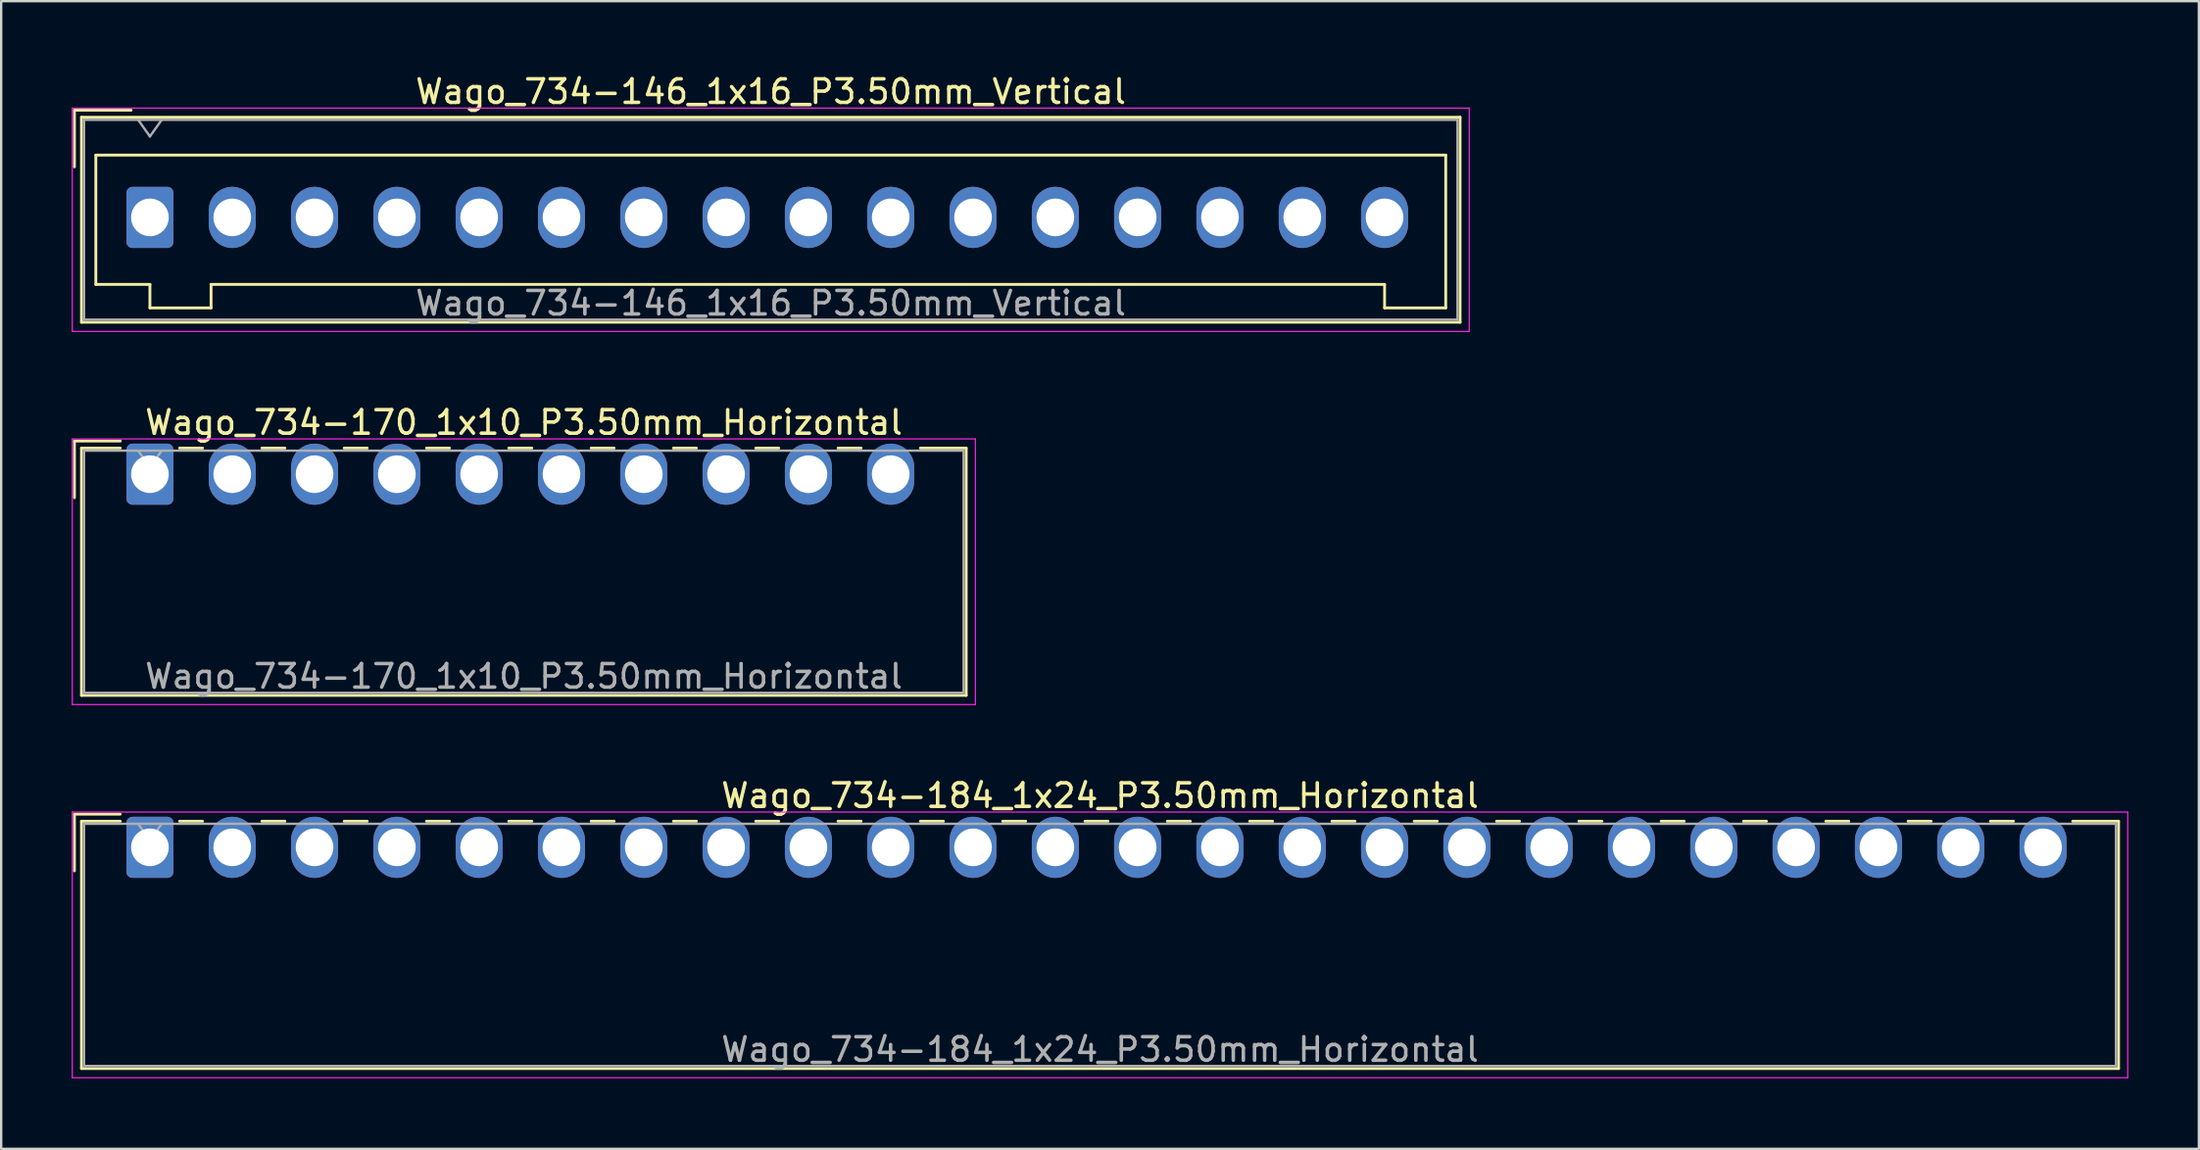
<source format=kicad_pcb>
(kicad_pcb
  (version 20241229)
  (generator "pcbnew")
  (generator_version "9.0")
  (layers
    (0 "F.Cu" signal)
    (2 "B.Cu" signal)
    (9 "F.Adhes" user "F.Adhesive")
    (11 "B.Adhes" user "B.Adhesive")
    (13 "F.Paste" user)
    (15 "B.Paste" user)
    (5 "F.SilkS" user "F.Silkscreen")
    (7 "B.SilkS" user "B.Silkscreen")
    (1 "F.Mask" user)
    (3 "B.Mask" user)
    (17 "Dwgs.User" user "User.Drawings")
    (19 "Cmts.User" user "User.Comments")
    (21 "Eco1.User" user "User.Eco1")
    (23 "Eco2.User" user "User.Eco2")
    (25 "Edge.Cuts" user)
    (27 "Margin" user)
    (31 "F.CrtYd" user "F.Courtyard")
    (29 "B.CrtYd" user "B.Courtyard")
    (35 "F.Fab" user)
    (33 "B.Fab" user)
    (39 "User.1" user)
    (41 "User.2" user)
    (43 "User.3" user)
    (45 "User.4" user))
  (footprint "Wago_734-146_1x16_P3.50mm_Vertical"
    (layer "F.Cu")
    (at 3.325 6.198)
    (property "Reference" "Wago_734-146_1x16_P3.50mm_Vertical" (at 26.4 -5.35 0) (layer "F.SilkS") (effects (font (size 1 1) (thickness 0.15))))
    (attr through_hole)
    (fp_line (start -3.21 -4.56) (end -0.8 -4.56) (stroke (width 0.12) (type solid)) (layer "F.SilkS"))
    (fp_line (start -3.21 -2.15) (end -3.21 -4.56) (stroke (width 0.12) (type solid)) (layer "F.SilkS"))
    (fp_line (start -2.91 -4.26) (end -2.91 4.46) (stroke (width 0.12) (type solid)) (layer "F.SilkS"))
    (fp_line (start -2.91 4.46) (end 55.71 4.46) (stroke (width 0.12) (type solid)) (layer "F.SilkS"))
    (fp_line (start -2.3 -2.65) (end -2.3 2.85) (stroke (width 0.12) (type solid)) (layer "F.SilkS"))
    (fp_line (start -2.3 2.85) (end 0 2.85) (stroke (width 0.12) (type solid)) (layer "F.SilkS"))
    (fp_line (start 0 2.85) (end 0 3.85) (stroke (width 0.12) (type solid)) (layer "F.SilkS"))
    (fp_line (start 0 3.85) (end 2.6 3.85) (stroke (width 0.12) (type solid)) (layer "F.SilkS"))
    (fp_line (start 2.6 2.85) (end 52.5 2.85) (stroke (width 0.12) (type solid)) (layer "F.SilkS"))
    (fp_line (start 2.6 3.85) (end 2.6 2.85) (stroke (width 0.12) (type solid)) (layer "F.SilkS"))
    (fp_line (start 52.5 2.85) (end 52.5 3.85) (stroke (width 0.12) (type solid)) (layer "F.SilkS"))
    (fp_line (start 52.5 3.85) (end 55.1 3.85) (stroke (width 0.12) (type solid)) (layer "F.SilkS"))
    (fp_line (start 55.1 -2.65) (end -2.3 -2.65) (stroke (width 0.12) (type solid)) (layer "F.SilkS"))
    (fp_line (start 55.1 3.85) (end 55.1 -2.65) (stroke (width 0.12) (type solid)) (layer "F.SilkS"))
    (fp_line (start 55.71 -4.26) (end -2.91 -4.26) (stroke (width 0.12) (type solid)) (layer "F.SilkS"))
    (fp_line (start 55.71 4.46) (end 55.71 -4.26) (stroke (width 0.12) (type solid)) (layer "F.SilkS"))
    (fp_line (start -3.3 -4.65) (end -3.3 4.85) (stroke (width 0.05) (type solid)) (layer "F.CrtYd"))
    (fp_line (start -3.3 4.85) (end 56.1 4.85) (stroke (width 0.05) (type solid)) (layer "F.CrtYd"))
    (fp_line (start 56.1 -4.65) (end -3.3 -4.65) (stroke (width 0.05) (type solid)) (layer "F.CrtYd"))
    (fp_line (start 56.1 4.85) (end 56.1 -4.65) (stroke (width 0.05) (type solid)) (layer "F.CrtYd"))
    (fp_line (start -2.8 -4.15) (end -2.8 4.35) (stroke (width 0.1) (type solid)) (layer "F.Fab"))
    (fp_line (start -2.8 4.35) (end 55.6 4.35) (stroke (width 0.1) (type solid)) (layer "F.Fab"))
    (fp_line (start -0.5 -4.15) (end 0 -3.443) (stroke (width 0.1) (type solid)) (layer "F.Fab"))
    (fp_line (start 0 -3.443) (end 0.5 -4.15) (stroke (width 0.1) (type solid)) (layer "F.Fab"))
    (fp_line (start 55.6 -4.15) (end -2.8 -4.15) (stroke (width 0.1) (type solid)) (layer "F.Fab"))
    (fp_line (start 55.6 4.35) (end 55.6 -4.15) (stroke (width 0.1) (type solid)) (layer "F.Fab"))
    (fp_text user "${REFERENCE}" (at 26.4 3.65 0) (layer "F.Fab") (effects (font (size 1 1) (thickness 0.15))))
    (pad "1" thru_hole roundrect (at 0 0) (size 2 2.6) (drill 1.6) (layers "*.Cu" "*.Mask") (roundrect_rratio 0.125))
    (pad "2" thru_hole oval (at 3.5 0) (size 2 2.6) (drill 1.6) (layers "*.Cu" "*.Mask"))
    (pad "3" thru_hole oval (at 7 0) (size 2 2.6) (drill 1.6) (layers "*.Cu" "*.Mask"))
    (pad "4" thru_hole oval (at 10.5 0) (size 2 2.6) (drill 1.6) (layers "*.Cu" "*.Mask"))
    (pad "5" thru_hole oval (at 14 0) (size 2 2.6) (drill 1.6) (layers "*.Cu" "*.Mask"))
    (pad "6" thru_hole oval (at 17.5 0) (size 2 2.6) (drill 1.6) (layers "*.Cu" "*.Mask"))
    (pad "7" thru_hole oval (at 21 0) (size 2 2.6) (drill 1.6) (layers "*.Cu" "*.Mask"))
    (pad "8" thru_hole oval (at 24.5 0) (size 2 2.6) (drill 1.6) (layers "*.Cu" "*.Mask"))
    (pad "9" thru_hole oval (at 28 0) (size 2 2.6) (drill 1.6) (layers "*.Cu" "*.Mask"))
    (pad "10" thru_hole oval (at 31.5 0) (size 2 2.6) (drill 1.6) (layers "*.Cu" "*.Mask"))
    (pad "11" thru_hole oval (at 35 0) (size 2 2.6) (drill 1.6) (layers "*.Cu" "*.Mask"))
    (pad "12" thru_hole oval (at 38.5 0) (size 2 2.6) (drill 1.6) (layers "*.Cu" "*.Mask"))
    (pad "13" thru_hole oval (at 42 0) (size 2 2.6) (drill 1.6) (layers "*.Cu" "*.Mask"))
    (pad "14" thru_hole oval (at 45.5 0) (size 2 2.6) (drill 1.6) (layers "*.Cu" "*.Mask"))
    (pad "15" thru_hole oval (at 49 0) (size 2 2.6) (drill 1.6) (layers "*.Cu" "*.Mask"))
    (pad "16" thru_hole oval (at 52.5 0) (size 2 2.6) (drill 1.6) (layers "*.Cu" "*.Mask")))
  (footprint "Wago_734-170_1x10_P3.50mm_Horizontal"
    (layer "F.Cu")
    (at 3.325 17.122)
    (property "Reference" "Wago_734-170_1x10_P3.50mm_Horizontal" (at 15.9 -2.2 0) (layer "F.SilkS") (effects (font (size 1 1) (thickness 0.15))))
    (attr through_hole)
    (fp_line (start -3.21 -1.41) (end -1.26 -1.41) (stroke (width 0.12) (type solid)) (layer "F.SilkS"))
    (fp_line (start -3.21 1) (end -3.21 -1.41) (stroke (width 0.12) (type solid)) (layer "F.SilkS"))
    (fp_line (start -2.91 -1.11) (end -2.91 9.41) (stroke (width 0.12) (type solid)) (layer "F.SilkS"))
    (fp_line (start -2.91 9.41) (end 34.71 9.41) (stroke (width 0.12) (type solid)) (layer "F.SilkS"))
    (fp_line (start -1.26 -1.11) (end -2.91 -1.11) (stroke (width 0.12) (type solid)) (layer "F.SilkS"))
    (fp_line (start 1.26 -1.11) (end 2.24 -1.11) (stroke (width 0.12) (type solid)) (layer "F.SilkS"))
    (fp_line (start 4.76 -1.11) (end 5.74 -1.11) (stroke (width 0.12) (type solid)) (layer "F.SilkS"))
    (fp_line (start 8.26 -1.11) (end 9.24 -1.11) (stroke (width 0.12) (type solid)) (layer "F.SilkS"))
    (fp_line (start 11.76 -1.11) (end 12.74 -1.11) (stroke (width 0.12) (type solid)) (layer "F.SilkS"))
    (fp_line (start 15.26 -1.11) (end 16.24 -1.11) (stroke (width 0.12) (type solid)) (layer "F.SilkS"))
    (fp_line (start 18.76 -1.11) (end 19.74 -1.11) (stroke (width 0.12) (type solid)) (layer "F.SilkS"))
    (fp_line (start 22.26 -1.11) (end 23.24 -1.11) (stroke (width 0.12) (type solid)) (layer "F.SilkS"))
    (fp_line (start 25.76 -1.11) (end 26.74 -1.11) (stroke (width 0.12) (type solid)) (layer "F.SilkS"))
    (fp_line (start 29.26 -1.11) (end 30.24 -1.11) (stroke (width 0.12) (type solid)) (layer "F.SilkS"))
    (fp_line (start 34.71 -1.11) (end 32.76 -1.11) (stroke (width 0.12) (type solid)) (layer "F.SilkS"))
    (fp_line (start 34.71 9.41) (end 34.71 -1.11) (stroke (width 0.12) (type solid)) (layer "F.SilkS"))
    (fp_line (start -3.3 -1.5) (end -3.3 9.8) (stroke (width 0.05) (type solid)) (layer "F.CrtYd"))
    (fp_line (start -3.3 9.8) (end 35.1 9.8) (stroke (width 0.05) (type solid)) (layer "F.CrtYd"))
    (fp_line (start 35.1 -1.5) (end -3.3 -1.5) (stroke (width 0.05) (type solid)) (layer "F.CrtYd"))
    (fp_line (start 35.1 9.8) (end 35.1 -1.5) (stroke (width 0.05) (type solid)) (layer "F.CrtYd"))
    (fp_line (start -2.8 -1) (end -2.8 9.3) (stroke (width 0.1) (type solid)) (layer "F.Fab"))
    (fp_line (start -2.8 9.3) (end 34.6 9.3) (stroke (width 0.1) (type solid)) (layer "F.Fab"))
    (fp_line (start -0.5 -1) (end 0 -0.293) (stroke (width 0.1) (type solid)) (layer "F.Fab"))
    (fp_line (start 0 -0.293) (end 0.5 -1) (stroke (width 0.1) (type solid)) (layer "F.Fab"))
    (fp_line (start 34.6 -1) (end -2.8 -1) (stroke (width 0.1) (type solid)) (layer "F.Fab"))
    (fp_line (start 34.6 9.3) (end 34.6 -1) (stroke (width 0.1) (type solid)) (layer "F.Fab"))
    (fp_text user "${REFERENCE}" (at 15.9 8.6 0) (layer "F.Fab") (effects (font (size 1 1) (thickness 0.15))))
    (pad "1" thru_hole roundrect (at 0 0) (size 2 2.6) (drill 1.6) (layers "*.Cu" "*.Mask") (roundrect_rratio 0.125))
    (pad "2" thru_hole oval (at 3.5 0) (size 2 2.6) (drill 1.6) (layers "*.Cu" "*.Mask"))
    (pad "3" thru_hole oval (at 7 0) (size 2 2.6) (drill 1.6) (layers "*.Cu" "*.Mask"))
    (pad "4" thru_hole oval (at 10.5 0) (size 2 2.6) (drill 1.6) (layers "*.Cu" "*.Mask"))
    (pad "5" thru_hole oval (at 14 0) (size 2 2.6) (drill 1.6) (layers "*.Cu" "*.Mask"))
    (pad "6" thru_hole oval (at 17.5 0) (size 2 2.6) (drill 1.6) (layers "*.Cu" "*.Mask"))
    (pad "7" thru_hole oval (at 21 0) (size 2 2.6) (drill 1.6) (layers "*.Cu" "*.Mask"))
    (pad "8" thru_hole oval (at 24.5 0) (size 2 2.6) (drill 1.6) (layers "*.Cu" "*.Mask"))
    (pad "9" thru_hole oval (at 28 0) (size 2 2.6) (drill 1.6) (layers "*.Cu" "*.Mask"))
    (pad "10" thru_hole oval (at 31.5 0) (size 2 2.6) (drill 1.6) (layers "*.Cu" "*.Mask")))
  (footprint "Wago_734-184_1x24_P3.50mm_Horizontal"
    (layer "F.Cu")
    (at 3.325 32.995)
    (property "Reference" "Wago_734-184_1x24_P3.50mm_Horizontal" (at 40.4 -2.2 0) (layer "F.SilkS") (effects (font (size 1 1) (thickness 0.15))))
    (attr through_hole)
    (fp_line (start -3.21 -1.41) (end -1.26 -1.41) (stroke (width 0.12) (type solid)) (layer "F.SilkS"))
    (fp_line (start -3.21 1) (end -3.21 -1.41) (stroke (width 0.12) (type solid)) (layer "F.SilkS"))
    (fp_line (start -2.91 -1.11) (end -2.91 9.41) (stroke (width 0.12) (type solid)) (layer "F.SilkS"))
    (fp_line (start -2.91 9.41) (end 83.71 9.41) (stroke (width 0.12) (type solid)) (layer "F.SilkS"))
    (fp_line (start -1.26 -1.11) (end -2.91 -1.11) (stroke (width 0.12) (type solid)) (layer "F.SilkS"))
    (fp_line (start 1.26 -1.11) (end 2.24 -1.11) (stroke (width 0.12) (type solid)) (layer "F.SilkS"))
    (fp_line (start 4.76 -1.11) (end 5.74 -1.11) (stroke (width 0.12) (type solid)) (layer "F.SilkS"))
    (fp_line (start 8.26 -1.11) (end 9.24 -1.11) (stroke (width 0.12) (type solid)) (layer "F.SilkS"))
    (fp_line (start 11.76 -1.11) (end 12.74 -1.11) (stroke (width 0.12) (type solid)) (layer "F.SilkS"))
    (fp_line (start 15.26 -1.11) (end 16.24 -1.11) (stroke (width 0.12) (type solid)) (layer "F.SilkS"))
    (fp_line (start 18.76 -1.11) (end 19.74 -1.11) (stroke (width 0.12) (type solid)) (layer "F.SilkS"))
    (fp_line (start 22.26 -1.11) (end 23.24 -1.11) (stroke (width 0.12) (type solid)) (layer "F.SilkS"))
    (fp_line (start 25.76 -1.11) (end 26.74 -1.11) (stroke (width 0.12) (type solid)) (layer "F.SilkS"))
    (fp_line (start 29.26 -1.11) (end 30.24 -1.11) (stroke (width 0.12) (type solid)) (layer "F.SilkS"))
    (fp_line (start 32.76 -1.11) (end 33.74 -1.11) (stroke (width 0.12) (type solid)) (layer "F.SilkS"))
    (fp_line (start 36.26 -1.11) (end 37.24 -1.11) (stroke (width 0.12) (type solid)) (layer "F.SilkS"))
    (fp_line (start 39.76 -1.11) (end 40.74 -1.11) (stroke (width 0.12) (type solid)) (layer "F.SilkS"))
    (fp_line (start 43.26 -1.11) (end 44.24 -1.11) (stroke (width 0.12) (type solid)) (layer "F.SilkS"))
    (fp_line (start 46.76 -1.11) (end 47.74 -1.11) (stroke (width 0.12) (type solid)) (layer "F.SilkS"))
    (fp_line (start 50.26 -1.11) (end 51.24 -1.11) (stroke (width 0.12) (type solid)) (layer "F.SilkS"))
    (fp_line (start 53.76 -1.11) (end 54.74 -1.11) (stroke (width 0.12) (type solid)) (layer "F.SilkS"))
    (fp_line (start 57.26 -1.11) (end 58.24 -1.11) (stroke (width 0.12) (type solid)) (layer "F.SilkS"))
    (fp_line (start 60.76 -1.11) (end 61.74 -1.11) (stroke (width 0.12) (type solid)) (layer "F.SilkS"))
    (fp_line (start 64.26 -1.11) (end 65.24 -1.11) (stroke (width 0.12) (type solid)) (layer "F.SilkS"))
    (fp_line (start 67.76 -1.11) (end 68.74 -1.11) (stroke (width 0.12) (type solid)) (layer "F.SilkS"))
    (fp_line (start 71.26 -1.11) (end 72.24 -1.11) (stroke (width 0.12) (type solid)) (layer "F.SilkS"))
    (fp_line (start 74.76 -1.11) (end 75.74 -1.11) (stroke (width 0.12) (type solid)) (layer "F.SilkS"))
    (fp_line (start 78.26 -1.11) (end 79.24 -1.11) (stroke (width 0.12) (type solid)) (layer "F.SilkS"))
    (fp_line (start 83.71 -1.11) (end 81.76 -1.11) (stroke (width 0.12) (type solid)) (layer "F.SilkS"))
    (fp_line (start 83.71 9.41) (end 83.71 -1.11) (stroke (width 0.12) (type solid)) (layer "F.SilkS"))
    (fp_line (start -3.3 -1.5) (end -3.3 9.8) (stroke (width 0.05) (type solid)) (layer "F.CrtYd"))
    (fp_line (start -3.3 9.8) (end 84.1 9.8) (stroke (width 0.05) (type solid)) (layer "F.CrtYd"))
    (fp_line (start 84.1 -1.5) (end -3.3 -1.5) (stroke (width 0.05) (type solid)) (layer "F.CrtYd"))
    (fp_line (start 84.1 9.8) (end 84.1 -1.5) (stroke (width 0.05) (type solid)) (layer "F.CrtYd"))
    (fp_line (start -2.8 -1) (end -2.8 9.3) (stroke (width 0.1) (type solid)) (layer "F.Fab"))
    (fp_line (start -2.8 9.3) (end 83.6 9.3) (stroke (width 0.1) (type solid)) (layer "F.Fab"))
    (fp_line (start -0.5 -1) (end 0 -0.293) (stroke (width 0.1) (type solid)) (layer "F.Fab"))
    (fp_line (start 0 -0.293) (end 0.5 -1) (stroke (width 0.1) (type solid)) (layer "F.Fab"))
    (fp_line (start 83.6 -1) (end -2.8 -1) (stroke (width 0.1) (type solid)) (layer "F.Fab"))
    (fp_line (start 83.6 9.3) (end 83.6 -1) (stroke (width 0.1) (type solid)) (layer "F.Fab"))
    (fp_text user "${REFERENCE}" (at 40.4 8.6 0) (layer "F.Fab") (effects (font (size 1 1) (thickness 0.15))))
    (pad "1" thru_hole roundrect (at 0 0) (size 2 2.6) (drill 1.6) (layers "*.Cu" "*.Mask") (roundrect_rratio 0.125))
    (pad "2" thru_hole oval (at 3.5 0) (size 2 2.6) (drill 1.6) (layers "*.Cu" "*.Mask"))
    (pad "3" thru_hole oval (at 7 0) (size 2 2.6) (drill 1.6) (layers "*.Cu" "*.Mask"))
    (pad "4" thru_hole oval (at 10.5 0) (size 2 2.6) (drill 1.6) (layers "*.Cu" "*.Mask"))
    (pad "5" thru_hole oval (at 14 0) (size 2 2.6) (drill 1.6) (layers "*.Cu" "*.Mask"))
    (pad "6" thru_hole oval (at 17.5 0) (size 2 2.6) (drill 1.6) (layers "*.Cu" "*.Mask"))
    (pad "7" thru_hole oval (at 21 0) (size 2 2.6) (drill 1.6) (layers "*.Cu" "*.Mask"))
    (pad "8" thru_hole oval (at 24.5 0) (size 2 2.6) (drill 1.6) (layers "*.Cu" "*.Mask"))
    (pad "9" thru_hole oval (at 28 0) (size 2 2.6) (drill 1.6) (layers "*.Cu" "*.Mask"))
    (pad "10" thru_hole oval (at 31.5 0) (size 2 2.6) (drill 1.6) (layers "*.Cu" "*.Mask"))
    (pad "11" thru_hole oval (at 35 0) (size 2 2.6) (drill 1.6) (layers "*.Cu" "*.Mask"))
    (pad "12" thru_hole oval (at 38.5 0) (size 2 2.6) (drill 1.6) (layers "*.Cu" "*.Mask"))
    (pad "13" thru_hole oval (at 42 0) (size 2 2.6) (drill 1.6) (layers "*.Cu" "*.Mask"))
    (pad "14" thru_hole oval (at 45.5 0) (size 2 2.6) (drill 1.6) (layers "*.Cu" "*.Mask"))
    (pad "15" thru_hole oval (at 49 0) (size 2 2.6) (drill 1.6) (layers "*.Cu" "*.Mask"))
    (pad "16" thru_hole oval (at 52.5 0) (size 2 2.6) (drill 1.6) (layers "*.Cu" "*.Mask"))
    (pad "17" thru_hole oval (at 56 0) (size 2 2.6) (drill 1.6) (layers "*.Cu" "*.Mask"))
    (pad "18" thru_hole oval (at 59.5 0) (size 2 2.6) (drill 1.6) (layers "*.Cu" "*.Mask"))
    (pad "19" thru_hole oval (at 63 0) (size 2 2.6) (drill 1.6) (layers "*.Cu" "*.Mask"))
    (pad "20" thru_hole oval (at 66.5 0) (size 2 2.6) (drill 1.6) (layers "*.Cu" "*.Mask"))
    (pad "21" thru_hole oval (at 70 0) (size 2 2.6) (drill 1.6) (layers "*.Cu" "*.Mask"))
    (pad "22" thru_hole oval (at 73.5 0) (size 2 2.6) (drill 1.6) (layers "*.Cu" "*.Mask"))
    (pad "23" thru_hole oval (at 77 0) (size 2 2.6) (drill 1.6) (layers "*.Cu" "*.Mask"))
    (pad "24" thru_hole oval (at 80.5 0) (size 2 2.6) (drill 1.6) (layers "*.Cu" "*.Mask")))
  (gr_rect
    (start -3 -3)
    (end 90.45 45.82)
    (stroke (width 0.1) (type default))
    (fill no)
    (layer "Edge.Cuts")))
</source>
